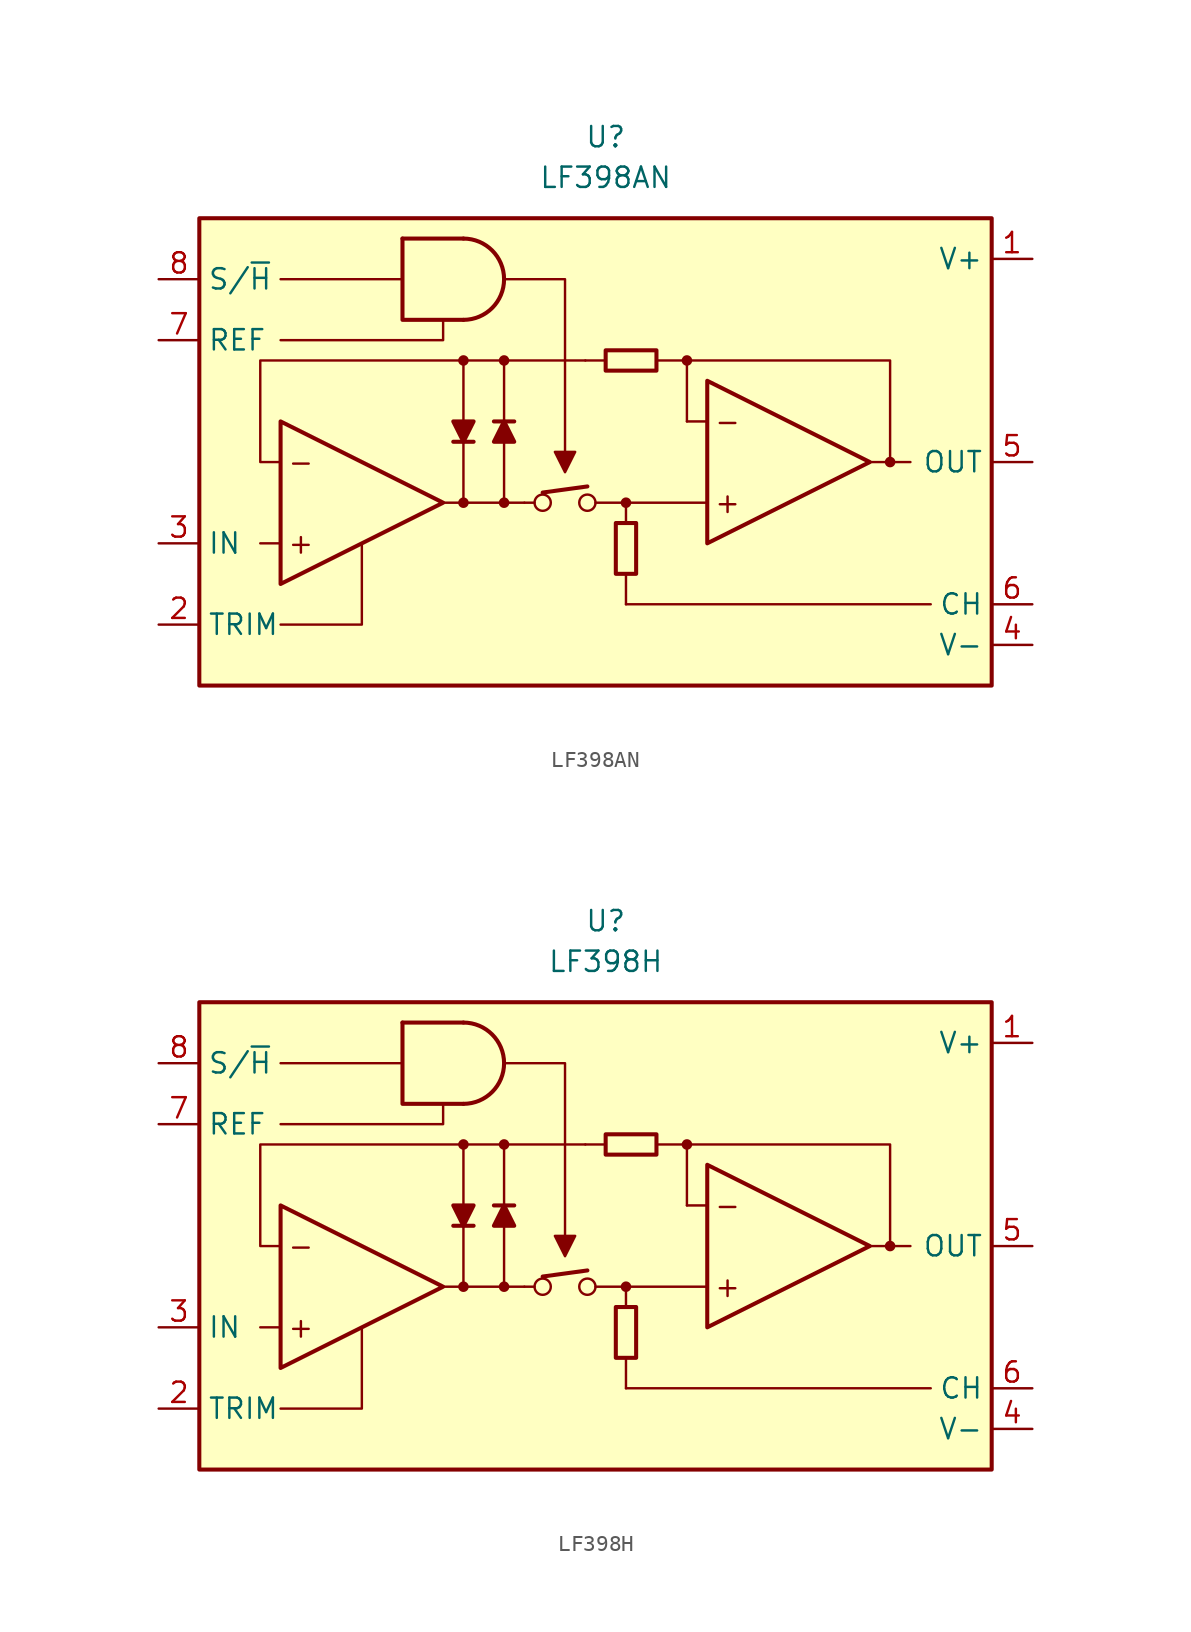
<source format=kicad_sym>
(kicad_symbol_lib
  (version 20231120)
  (generator "kicad_symbol_editor")
  (generator_version "8.0")
  (symbol "LF398AN"
    (property "Reference" "U"
      (at 0 20.32 0)
      (effects (font (size 1.27 1.27))))
    (property "Value" "LF398AN"
      (at 0 17.78 0)
      (effects (font (size 1.27 1.27))))
    (symbol "LF398AN_0_0"
      (circle (center -8.89 -2.54) (radius 0.254) (stroke (width 0.152) (type default)) (fill (type outline)))
      (circle (center -8.89 6.35) (radius 0.254) (stroke (width 0.152) (type default)) (fill (type outline)))
      (circle (center -6.35 -2.54) (radius 0.254) (stroke (width 0.152) (type default)) (fill (type outline)))
      (circle (center -6.35 6.35) (radius 0.254) (stroke (width 0.152) (type default)) (fill (type outline)))
      (circle (center -3.937 -2.54) (radius 0.508) (stroke (width 0) (type default)) (fill (type none)))
      (circle (center -1.143 -2.54) (radius 0.508) (stroke (width 0) (type default)) (fill (type none)))
      (polyline (pts (xy -20.32 -5.08) (xy -21.59 -5.08)) (stroke (width 0.152) (type default)) (fill (type none)))
      (polyline (pts (xy -12.7 11.43) (xy -20.32 11.43)) (stroke (width 0.152) (type default)) (fill (type none)))
      (polyline (pts (xy -5.08 -2.54) (xy -4.445 -2.54)) (stroke (width 0.152) (type default)) (fill (type none)))
      (polyline (pts (xy -3.937 -1.905) (xy -1.143 -1.524)) (stroke (width 0.254) (type default)) (fill (type none)))
      (polyline (pts (xy 0 6.35) (xy -1.27 6.35)) (stroke (width 0.152) (type default)) (fill (type none)))
      (polyline (pts (xy 1.27 -6.985) (xy 1.27 -8.89)) (stroke (width 0.152) (type default)) (fill (type none)))
      (polyline (pts (xy 16.51 0) (xy 17.78 0)) (stroke (width 0.152) (type default)) (fill (type none)))
      (polyline (pts (xy 17.78 0) (xy 19.05 0)) (stroke (width 0.152) (type default)) (fill (type none)))
      (polyline (pts (xy -20.32 -10.16) (xy -15.24 -10.16) (xy -15.24 -5.08)) (stroke (width 0.152) (type default)) (fill (type none)))
      (polyline (pts (xy -10.16 8.89) (xy -10.16 7.62) (xy -20.32 7.62)) (stroke (width 0.152) (type default)) (fill (type none)))
      (polyline (pts (xy -6.35 11.43) (xy -2.54 11.43) (xy -2.54 0)) (stroke (width 0.152) (type default)) (fill (type none)))
      (polyline (pts (xy -2.54 -0.635) (xy -3.175 0.635) (xy -1.905 0.635) (xy -2.54 -0.635)) (stroke (width 0.152) (type default)) (fill (type outline)))
      (circle (center 1.27 -2.54) (radius 0.254) (stroke (width 0.152) (type default)) (fill (type outline)))
      (circle (center 5.08 6.35) (radius 0.254) (stroke (width 0.152) (type default)) (fill (type outline)))
      (circle (center 17.78 0) (radius 0.254) (stroke (width 0.152) (type default)) (fill (type outline)))
      (text "+" (at -19.05 -5.08 0) (effects (font (size 1.27 1.27))))
      (text "+" (at 7.62 -2.54 0) (effects (font (size 1.27 1.27))))
      (text "-" (at -19.05 0 0) (effects (font (size 1.27 1.27))))
      (text "-" (at 7.62 2.54 0) (effects (font (size 1.27 1.27)))))
    (symbol "LF398AN_0_1"
      (rectangle (start -25.4 15.24) (end 24.13 -13.97) (stroke (width 0.254) (type default)) (fill (type background)))
      (arc (start -8.89 8.89) (mid -6.361 11.43) (end -8.89 13.97) (stroke (width 0.254) (type default)) (fill (type none)))
      (polyline (pts (xy -12.7 13.97) (xy -8.89 13.97)) (stroke (width 0.254) (type default)) (fill (type none)))
      (polyline (pts (xy -9.525 1.27) (xy -8.255 1.27)) (stroke (width 0.254) (type default)) (fill (type none)))
      (polyline (pts (xy -8.89 1.27) (xy -8.89 -2.54)) (stroke (width 0.152) (type default)) (fill (type none)))
      (polyline (pts (xy -8.89 2.54) (xy -8.89 6.35)) (stroke (width 0.152) (type default)) (fill (type none)))
      (polyline (pts (xy -6.35 1.27) (xy -6.35 -2.54)) (stroke (width 0.152) (type default)) (fill (type none)))
      (polyline (pts (xy -6.35 2.54) (xy -6.35 6.35)) (stroke (width 0.152) (type default)) (fill (type none)))
      (polyline (pts (xy -5.715 2.54) (xy -6.985 2.54)) (stroke (width 0.254) (type default)) (fill (type none)))
      (polyline (pts (xy -5.08 -2.54) (xy -10.16 -2.54)) (stroke (width 0.152) (type default)) (fill (type none)))
      (polyline (pts (xy 1.27 -8.89) (xy 20.32 -8.89)) (stroke (width 0.152) (type default)) (fill (type none)))
      (polyline (pts (xy 1.27 -3.81) (xy 1.27 -2.54)) (stroke (width 0.152) (type default)) (fill (type none)))
      (polyline (pts (xy 5.08 2.54) (xy 5.08 6.35)) (stroke (width 0.152) (type default)) (fill (type none)))
      (polyline (pts (xy 6.35 -2.54) (xy -0.635 -2.54)) (stroke (width 0.152) (type default)) (fill (type none)))
      (polyline (pts (xy 6.35 2.54) (xy 5.08 2.54)) (stroke (width 0.152) (type default)) (fill (type none)))
      (polyline (pts (xy -12.7 13.97) (xy -12.7 8.89) (xy -8.89 8.89)) (stroke (width 0.254) (type default)) (fill (type none)))
      (polyline (pts (xy 3.175 6.35) (xy 17.78 6.35) (xy 17.78 0)) (stroke (width 0.152) (type default)) (fill (type none)))
      (polyline (pts (xy -20.32 2.54) (xy -20.32 -7.62) (xy -10.16 -2.54) (xy -20.32 2.54)) (stroke (width 0.254) (type default)) (fill (type none)))
      (polyline (pts (xy -8.89 1.27) (xy -9.525 2.54) (xy -8.255 2.54) (xy -8.89 1.27)) (stroke (width 0.254) (type default)) (fill (type outline)))
      (polyline (pts (xy -6.35 2.54) (xy -5.715 1.27) (xy -6.985 1.27) (xy -6.35 2.54)) (stroke (width 0.254) (type default)) (fill (type outline)))
      (polyline (pts (xy -1.27 6.35) (xy -21.59 6.35) (xy -21.59 0) (xy -20.32 0)) (stroke (width 0.152) (type default)) (fill (type none)))
      (polyline (pts (xy 6.35 5.08) (xy 6.35 -5.08) (xy 16.51 0) (xy 6.35 5.08)) (stroke (width 0.254) (type default)) (fill (type none)))
      (rectangle (start 0 5.715) (end 3.175 6.985) (stroke (width 0.254) (type default)) (fill (type none)))
      (rectangle (start 0.635 -3.81) (end 1.905 -6.985) (stroke (width 0.254) (type default)) (fill (type none))))
    (symbol "LF398AN_1_1"
      (pin power_in line (at 26.67 12.7 180) (length 2.54) (name "V+" (effects (font (size 1.27 1.27)))) (number "1" (effects (font (size 1.27 1.27)))))
      (pin passive line (at -27.94 -10.16 0) (length 2.54) (name "TRIM" (effects (font (size 1.27 1.27)))) (number "2" (effects (font (size 1.27 1.27)))))
      (pin input line (at -27.94 -5.08 0) (length 2.54) (name "IN" (effects (font (size 1.27 1.27)))) (number "3" (effects (font (size 1.27 1.27)))))
      (pin power_in line (at 26.67 -11.43 180) (length 2.54) (name "V-" (effects (font (size 1.27 1.27)))) (number "4" (effects (font (size 1.27 1.27)))))
      (pin output line (at 26.67 0 180) (length 2.54) (name "OUT" (effects (font (size 1.27 1.27)))) (number "5" (effects (font (size 1.27 1.27)))))
      (pin passive line (at 26.67 -8.89 180) (length 2.54) (name "CH" (effects (font (size 1.27 1.27)))) (number "6" (effects (font (size 1.27 1.27)))))
      (pin input line (at -27.94 7.62 0) (length 2.54) (name "REF" (effects (font (size 1.27 1.27)))) (number "7" (effects (font (size 1.27 1.27)))))
      (pin input line (at -27.94 11.43 0) (length 2.54) (name "S/~{H}" (effects (font (size 1.27 1.27)))) (number "8" (effects (font (size 1.27 1.27)))))))
  (symbol "LF398H"
    (property "Reference" "U"
      (at 0 20.32 0)
      (effects (font (size 1.27 1.27))))
    (property "Value" "LF398H"
      (at 0 17.78 0)
      (effects (font (size 1.27 1.27))))
    (symbol "LF398H_0_0"
      (circle (center -8.89 -2.54) (radius 0.254) (stroke (width 0.152) (type default)) (fill (type outline)))
      (circle (center -8.89 6.35) (radius 0.254) (stroke (width 0.152) (type default)) (fill (type outline)))
      (circle (center -6.35 -2.54) (radius 0.254) (stroke (width 0.152) (type default)) (fill (type outline)))
      (circle (center -6.35 6.35) (radius 0.254) (stroke (width 0.152) (type default)) (fill (type outline)))
      (circle (center -3.937 -2.54) (radius 0.508) (stroke (width 0) (type default)) (fill (type none)))
      (circle (center -1.143 -2.54) (radius 0.508) (stroke (width 0) (type default)) (fill (type none)))
      (polyline (pts (xy -20.32 -5.08) (xy -21.59 -5.08)) (stroke (width 0.152) (type default)) (fill (type none)))
      (polyline (pts (xy -12.7 11.43) (xy -20.32 11.43)) (stroke (width 0.152) (type default)) (fill (type none)))
      (polyline (pts (xy -5.08 -2.54) (xy -4.445 -2.54)) (stroke (width 0.152) (type default)) (fill (type none)))
      (polyline (pts (xy -3.937 -1.905) (xy -1.143 -1.524)) (stroke (width 0.254) (type default)) (fill (type none)))
      (polyline (pts (xy 0 6.35) (xy -1.27 6.35)) (stroke (width 0.152) (type default)) (fill (type none)))
      (polyline (pts (xy 1.27 -6.985) (xy 1.27 -8.89)) (stroke (width 0.152) (type default)) (fill (type none)))
      (polyline (pts (xy 16.51 0) (xy 17.78 0)) (stroke (width 0.152) (type default)) (fill (type none)))
      (polyline (pts (xy 17.78 0) (xy 19.05 0)) (stroke (width 0.152) (type default)) (fill (type none)))
      (polyline (pts (xy -20.32 -10.16) (xy -15.24 -10.16) (xy -15.24 -5.08)) (stroke (width 0.152) (type default)) (fill (type none)))
      (polyline (pts (xy -10.16 8.89) (xy -10.16 7.62) (xy -20.32 7.62)) (stroke (width 0.152) (type default)) (fill (type none)))
      (polyline (pts (xy -6.35 11.43) (xy -2.54 11.43) (xy -2.54 0)) (stroke (width 0.152) (type default)) (fill (type none)))
      (polyline (pts (xy -2.54 -0.635) (xy -3.175 0.635) (xy -1.905 0.635) (xy -2.54 -0.635)) (stroke (width 0.152) (type default)) (fill (type outline)))
      (circle (center 1.27 -2.54) (radius 0.254) (stroke (width 0.152) (type default)) (fill (type outline)))
      (circle (center 5.08 6.35) (radius 0.254) (stroke (width 0.152) (type default)) (fill (type outline)))
      (circle (center 17.78 0) (radius 0.254) (stroke (width 0.152) (type default)) (fill (type outline)))
      (text "+" (at -19.05 -5.08 0) (effects (font (size 1.27 1.27))))
      (text "+" (at 7.62 -2.54 0) (effects (font (size 1.27 1.27))))
      (text "-" (at -19.05 0 0) (effects (font (size 1.27 1.27))))
      (text "-" (at 7.62 2.54 0) (effects (font (size 1.27 1.27)))))
    (symbol "LF398H_0_1"
      (rectangle (start -25.4 15.24) (end 24.13 -13.97) (stroke (width 0.254) (type default)) (fill (type background)))
      (arc (start -8.89 8.89) (mid -6.361 11.43) (end -8.89 13.97) (stroke (width 0.254) (type default)) (fill (type none)))
      (polyline (pts (xy -12.7 13.97) (xy -8.89 13.97)) (stroke (width 0.254) (type default)) (fill (type none)))
      (polyline (pts (xy -9.525 1.27) (xy -8.255 1.27)) (stroke (width 0.254) (type default)) (fill (type none)))
      (polyline (pts (xy -8.89 1.27) (xy -8.89 -2.54)) (stroke (width 0.152) (type default)) (fill (type none)))
      (polyline (pts (xy -8.89 2.54) (xy -8.89 6.35)) (stroke (width 0.152) (type default)) (fill (type none)))
      (polyline (pts (xy -6.35 1.27) (xy -6.35 -2.54)) (stroke (width 0.152) (type default)) (fill (type none)))
      (polyline (pts (xy -6.35 2.54) (xy -6.35 6.35)) (stroke (width 0.152) (type default)) (fill (type none)))
      (polyline (pts (xy -5.715 2.54) (xy -6.985 2.54)) (stroke (width 0.254) (type default)) (fill (type none)))
      (polyline (pts (xy -5.08 -2.54) (xy -10.16 -2.54)) (stroke (width 0.152) (type default)) (fill (type none)))
      (polyline (pts (xy 1.27 -8.89) (xy 20.32 -8.89)) (stroke (width 0.152) (type default)) (fill (type none)))
      (polyline (pts (xy 1.27 -3.81) (xy 1.27 -2.54)) (stroke (width 0.152) (type default)) (fill (type none)))
      (polyline (pts (xy 5.08 2.54) (xy 5.08 6.35)) (stroke (width 0.152) (type default)) (fill (type none)))
      (polyline (pts (xy 6.35 -2.54) (xy -0.635 -2.54)) (stroke (width 0.152) (type default)) (fill (type none)))
      (polyline (pts (xy 6.35 2.54) (xy 5.08 2.54)) (stroke (width 0.152) (type default)) (fill (type none)))
      (polyline (pts (xy -12.7 13.97) (xy -12.7 8.89) (xy -8.89 8.89)) (stroke (width 0.254) (type default)) (fill (type none)))
      (polyline (pts (xy 3.175 6.35) (xy 17.78 6.35) (xy 17.78 0)) (stroke (width 0.152) (type default)) (fill (type none)))
      (polyline (pts (xy -20.32 2.54) (xy -20.32 -7.62) (xy -10.16 -2.54) (xy -20.32 2.54)) (stroke (width 0.254) (type default)) (fill (type none)))
      (polyline (pts (xy -8.89 1.27) (xy -9.525 2.54) (xy -8.255 2.54) (xy -8.89 1.27)) (stroke (width 0.254) (type default)) (fill (type outline)))
      (polyline (pts (xy -6.35 2.54) (xy -5.715 1.27) (xy -6.985 1.27) (xy -6.35 2.54)) (stroke (width 0.254) (type default)) (fill (type outline)))
      (polyline (pts (xy -1.27 6.35) (xy -21.59 6.35) (xy -21.59 0) (xy -20.32 0)) (stroke (width 0.152) (type default)) (fill (type none)))
      (polyline (pts (xy 6.35 5.08) (xy 6.35 -5.08) (xy 16.51 0) (xy 6.35 5.08)) (stroke (width 0.254) (type default)) (fill (type none)))
      (rectangle (start 0 5.715) (end 3.175 6.985) (stroke (width 0.254) (type default)) (fill (type none)))
      (rectangle (start 0.635 -3.81) (end 1.905 -6.985) (stroke (width 0.254) (type default)) (fill (type none))))
    (symbol "LF398H_1_1"
      (pin power_in line (at 26.67 12.7 180) (length 2.54) (name "V+" (effects (font (size 1.27 1.27)))) (number "1" (effects (font (size 1.27 1.27)))))
      (pin passive line (at -27.94 -10.16 0) (length 2.54) (name "TRIM" (effects (font (size 1.27 1.27)))) (number "2" (effects (font (size 1.27 1.27)))))
      (pin input line (at -27.94 -5.08 0) (length 2.54) (name "IN" (effects (font (size 1.27 1.27)))) (number "3" (effects (font (size 1.27 1.27)))))
      (pin power_in line (at 26.67 -11.43 180) (length 2.54) (name "V-" (effects (font (size 1.27 1.27)))) (number "4" (effects (font (size 1.27 1.27)))))
      (pin output line (at 26.67 0 180) (length 2.54) (name "OUT" (effects (font (size 1.27 1.27)))) (number "5" (effects (font (size 1.27 1.27)))))
      (pin passive line (at 26.67 -8.89 180) (length 2.54) (name "CH" (effects (font (size 1.27 1.27)))) (number "6" (effects (font (size 1.27 1.27)))))
      (pin input line (at -27.94 7.62 0) (length 2.54) (name "REF" (effects (font (size 1.27 1.27)))) (number "7" (effects (font (size 1.27 1.27)))))
      (pin input line (at -27.94 11.43 0) (length 2.54) (name "S/~{H}" (effects (font (size 1.27 1.27)))) (number "8" (effects (font (size 1.27 1.27))))))))
</source>
